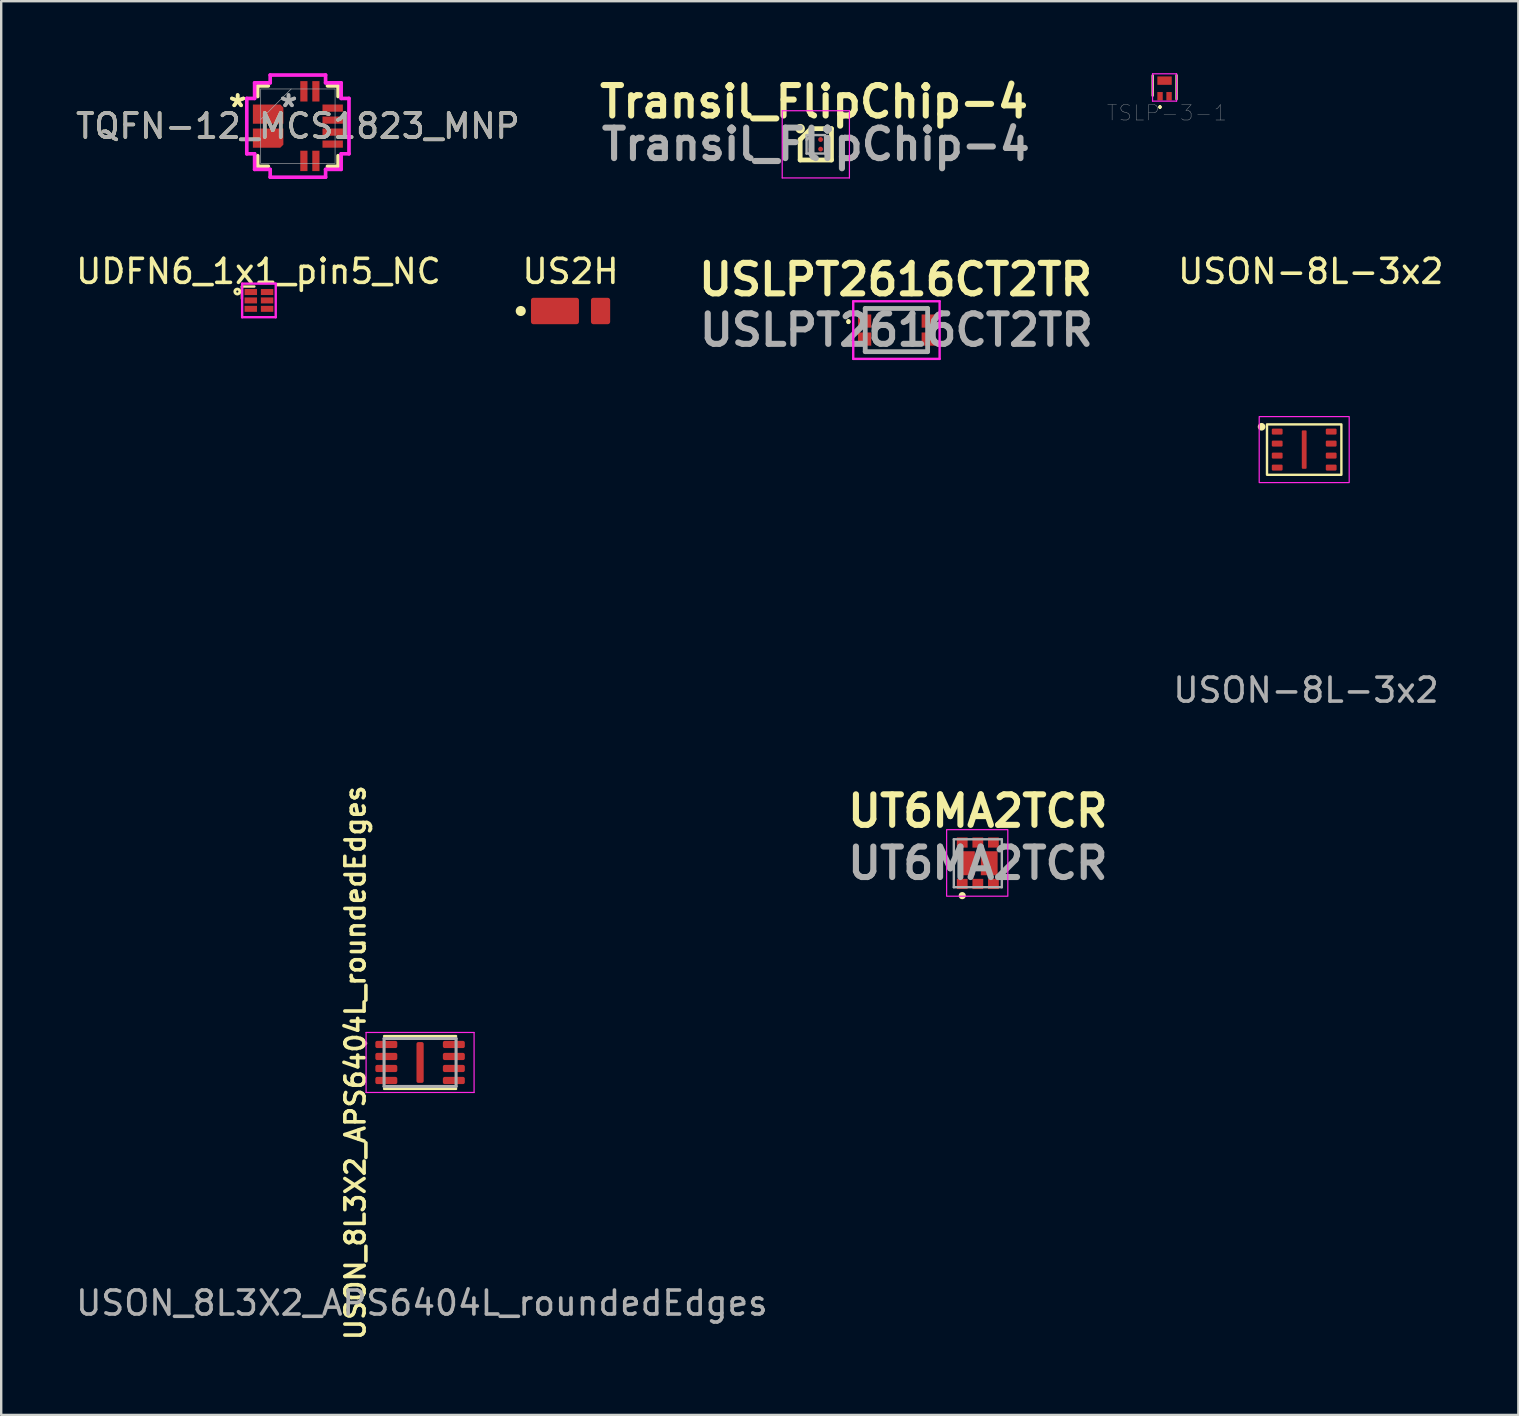
<source format=kicad_pcb>
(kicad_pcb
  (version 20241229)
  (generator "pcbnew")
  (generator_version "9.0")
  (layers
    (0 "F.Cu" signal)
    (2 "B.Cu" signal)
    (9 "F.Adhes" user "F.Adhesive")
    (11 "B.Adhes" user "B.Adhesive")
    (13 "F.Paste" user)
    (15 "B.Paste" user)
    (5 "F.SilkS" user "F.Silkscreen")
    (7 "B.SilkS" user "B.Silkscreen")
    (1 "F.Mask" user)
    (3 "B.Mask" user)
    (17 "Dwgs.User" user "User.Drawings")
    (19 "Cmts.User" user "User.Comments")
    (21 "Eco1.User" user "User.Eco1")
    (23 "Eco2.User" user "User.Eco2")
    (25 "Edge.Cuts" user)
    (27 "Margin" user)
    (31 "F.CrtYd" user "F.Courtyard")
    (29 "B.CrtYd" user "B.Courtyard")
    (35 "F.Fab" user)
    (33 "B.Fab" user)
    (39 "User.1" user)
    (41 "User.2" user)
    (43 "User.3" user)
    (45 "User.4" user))
  (footprint "USLPT2616CT2TR"
    (layer "F.Cu")
    (at 34.304 10.704)
    (property "Reference" "USLPT2616CT2TR" (at -0.035 -2.105 0) (layer "F.SilkS") (effects (font (size 1.27 1.27) (thickness 0.254))))
    (attr smd)
    (fp_line (start -2 -0.4) (end -2 -0.4) (stroke (width 0.1) (type solid)) (layer "F.SilkS"))
    (fp_line (start -2 -0.3) (end -2 -0.3) (stroke (width 0.1) (type solid)) (layer "F.SilkS"))
    (fp_line (start -1.325 -0.9) (end 1.3 -0.9) (stroke (width 0.1) (type solid)) (layer "F.SilkS"))
    (fp_line (start -1.325 0.9) (end 1.3 0.9) (stroke (width 0.1) (type solid)) (layer "F.SilkS"))
    (fp_arc (start -2 -0.4) (mid -1.95 -0.35) (end -2 -0.3) (stroke (width 0.1) (type solid)) (layer "F.SilkS"))
    (fp_arc (start -2 -0.3) (mid -2.05 -0.35) (end -2 -0.4) (stroke (width 0.1) (type solid)) (layer "F.SilkS"))
    (fp_line (start -1.8 -1.2) (end 1.8 -1.2) (stroke (width 0.1) (type solid)) (layer "F.CrtYd"))
    (fp_line (start -1.8 1.2) (end -1.8 -1.2) (stroke (width 0.1) (type solid)) (layer "F.CrtYd"))
    (fp_line (start 1.8 -1.2) (end 1.8 1.2) (stroke (width 0.1) (type solid)) (layer "F.CrtYd"))
    (fp_line (start 1.8 1.2) (end -1.8 1.2) (stroke (width 0.1) (type solid)) (layer "F.CrtYd"))
    (fp_line (start -1.3 -0.9) (end 1.3 -0.9) (stroke (width 0.2) (type solid)) (layer "F.Fab"))
    (fp_line (start -1.3 0.9) (end -1.3 -0.9) (stroke (width 0.2) (type solid)) (layer "F.Fab"))
    (fp_line (start 1.3 -0.9) (end 1.3 0.9) (stroke (width 0.2) (type solid)) (layer "F.Fab"))
    (fp_line (start 1.3 0.9) (end -1.3 0.9) (stroke (width 0.2) (type solid)) (layer "F.Fab"))
    (fp_text user "${REFERENCE}" (at 0 0 0) (layer "F.Fab") (effects (font (size 1.27 1.27) (thickness 0.254))))
    (pad "1" smd rect (at -1.325 -0.375 90) (size 0.55 0.55) (layers "F.Cu" "F.Mask" "F.Paste"))
    (pad "2" smd rect (at 1.325 -0.375 90) (size 0.55 0.55) (layers "F.Cu" "F.Mask" "F.Paste"))
    (pad "3" smd rect (at -1.325 0.375 90) (size 0.55 0.55) (layers "F.Cu" "F.Mask" "F.Paste"))
    (pad "4" smd rect (at 1.325 0.375 90) (size 0.55 0.55) (layers "F.Cu" "F.Mask" "F.Paste")))
  (footprint "UDFN6_1x1_pin5_NC"
    (layer "F.Cu")
    (at 7.74 9.469)
    (property "Reference" "UDFN6_1x1_pin5_NC" (at -0.02 -1.21 0) (layer "F.SilkS") (effects (font (size 1 1) (thickness 0.15))))
    (attr through_hole)
    (fp_line (start -0.71 -0.58) (end -0.71 -0.08) (stroke (width 0.1) (type solid)) (layer "F.SilkS"))
    (fp_line (start -0.71 -0.58) (end -0.19 -0.58) (stroke (width 0.1) (type solid)) (layer "F.SilkS"))
    (fp_circle (center -0.9 -0.37) (end -0.86 -0.35) (stroke (width 0.12) (type solid)) (fill no) (layer "F.SilkS"))
    (fp_line (start -0.7 -0.7) (end 0.7 -0.7) (stroke (width 0.1) (type solid)) (layer "F.CrtYd"))
    (fp_line (start -0.7 0.7) (end -0.7 -0.7) (stroke (width 0.1) (type solid)) (layer "F.CrtYd"))
    (fp_line (start 0.7 -0.7) (end 0.7 0.7) (stroke (width 0.1) (type solid)) (layer "F.CrtYd"))
    (fp_line (start 0.7 0.7) (end -0.7 0.7) (stroke (width 0.1) (type solid)) (layer "F.CrtYd"))
    (pad "" smd rect (at 0.34 0 90) (size 0.25 0.52) (layers "F.Cu" "F.Mask" "F.Paste"))
    (pad "1" smd rect (at -0.34 -0.35 90) (size 0.25 0.52) (layers "F.Cu" "F.Mask" "F.Paste"))
    (pad "2" smd rect (at -0.34 0 90) (size 0.25 0.52) (layers "F.Cu" "F.Mask" "F.Paste"))
    (pad "3" smd rect (at -0.34 0.35 90) (size 0.25 0.52) (layers "F.Cu" "F.Mask" "F.Paste"))
    (pad "4" smd rect (at 0.34 0.35 90) (size 0.25 0.52) (layers "F.Cu" "F.Mask" "F.Paste"))
    (pad "5" smd rect (at 0.34 -0.35 90) (size 0.25 0.52) (layers "F.Cu" "F.Mask" "F.Paste")))
  (footprint "TQFN-12_MCS1823_MNP"
    (layer "F.Cu")
    (at 9.363 2.205)
    (property "Reference" "TQFN-12_MCS1823_MNP" (at 0 0 0) (unlocked yes) (layer "F.SilkS") (effects (font (size 1 1) (thickness 0.15))))
    (attr smd)
    (fp_poly (pts (xy -1.875 -0.9) (xy -1.875 -0.1) (xy -0.605 -0.1) (xy -0.605 -0.773) (xy -0.732 -0.9)) (stroke (width 0) (type solid)) (fill yes) (layer "F.Cu"))
    (fp_poly (pts (xy -1.875 0.1) (xy -1.875 0.9) (xy -0.732 0.9) (xy -0.605 0.773) (xy -0.605 0.1)) (stroke (width 0) (type solid)) (fill yes) (layer "F.Cu"))
    (fp_poly (pts (xy -1.875 -0.9) (xy -1.875 -0.1) (xy -0.605 -0.1) (xy -0.605 -0.773) (xy -0.732 -0.9)) (stroke (width 0) (type solid)) (fill yes) (layer "F.Mask"))
    (fp_poly (pts (xy -1.875 0.1) (xy -1.875 0.9) (xy -0.732 0.9) (xy -0.605 0.773) (xy -0.605 0.1)) (stroke (width 0) (type solid)) (fill yes) (layer "F.Mask"))
    (fp_line (start -1.676 -1.676) (end -1.676 -1.233) (stroke (width 0.152) (type solid)) (layer "F.SilkS"))
    (fp_line (start -1.676 1.233) (end -1.676 1.676) (stroke (width 0.152) (type solid)) (layer "F.SilkS"))
    (fp_line (start -1.676 1.676) (end -1.233 1.676) (stroke (width 0.152) (type solid)) (layer "F.SilkS"))
    (fp_line (start -1.233 -1.676) (end -1.676 -1.676) (stroke (width 0.152) (type solid)) (layer "F.SilkS"))
    (fp_line (start 1.233 1.676) (end 1.676 1.676) (stroke (width 0.152) (type solid)) (layer "F.SilkS"))
    (fp_line (start 1.676 -1.676) (end 1.233 -1.676) (stroke (width 0.152) (type solid)) (layer "F.SilkS"))
    (fp_line (start 1.676 -1.233) (end 1.676 -1.676) (stroke (width 0.152) (type solid)) (layer "F.SilkS"))
    (fp_line (start 1.676 1.676) (end 1.676 1.233) (stroke (width 0.152) (type solid)) (layer "F.SilkS"))
    (fp_poly (pts (xy -1.875 -0.9) (xy -1.875 -0.1) (xy -0.605 -0.1) (xy -0.605 -0.773) (xy -0.732 -0.9)) (stroke (width 0) (type solid)) (fill yes) (layer "F.Paste"))
    (fp_poly (pts (xy -1.875 0.1) (xy -1.875 0.9) (xy -0.732 0.9) (xy -0.605 0.773) (xy -0.605 0.1)) (stroke (width 0) (type solid)) (fill yes) (layer "F.Paste"))
    (fp_line (start -2.129 -1.154) (end -1.803 -1.154) (stroke (width 0.152) (type solid)) (layer "F.CrtYd"))
    (fp_line (start -2.129 1.154) (end -2.129 -1.154) (stroke (width 0.152) (type solid)) (layer "F.CrtYd"))
    (fp_line (start -1.803 -1.803) (end -1.154 -1.803) (stroke (width 0.152) (type solid)) (layer "F.CrtYd"))
    (fp_line (start -1.803 -1.154) (end -1.803 -1.803) (stroke (width 0.152) (type solid)) (layer "F.CrtYd"))
    (fp_line (start -1.803 1.154) (end -2.129 1.154) (stroke (width 0.152) (type solid)) (layer "F.CrtYd"))
    (fp_line (start -1.803 1.803) (end -1.803 1.154) (stroke (width 0.152) (type solid)) (layer "F.CrtYd"))
    (fp_line (start -1.154 -2.129) (end 1.154 -2.129) (stroke (width 0.152) (type solid)) (layer "F.CrtYd"))
    (fp_line (start -1.154 -1.803) (end -1.154 -2.129) (stroke (width 0.152) (type solid)) (layer "F.CrtYd"))
    (fp_line (start -1.154 1.803) (end -1.803 1.803) (stroke (width 0.152) (type solid)) (layer "F.CrtYd"))
    (fp_line (start -1.154 2.129) (end -1.154 1.803) (stroke (width 0.152) (type solid)) (layer "F.CrtYd"))
    (fp_line (start 1.154 -2.129) (end 1.154 -1.803) (stroke (width 0.152) (type solid)) (layer "F.CrtYd"))
    (fp_line (start 1.154 -1.803) (end 1.803 -1.803) (stroke (width 0.152) (type solid)) (layer "F.CrtYd"))
    (fp_line (start 1.154 1.803) (end 1.154 2.129) (stroke (width 0.152) (type solid)) (layer "F.CrtYd"))
    (fp_line (start 1.154 2.129) (end -1.154 2.129) (stroke (width 0.152) (type solid)) (layer "F.CrtYd"))
    (fp_line (start 1.803 -1.803) (end 1.803 -1.154) (stroke (width 0.152) (type solid)) (layer "F.CrtYd"))
    (fp_line (start 1.803 -1.154) (end 2.129 -1.154) (stroke (width 0.152) (type solid)) (layer "F.CrtYd"))
    (fp_line (start 1.803 1.154) (end 1.803 1.803) (stroke (width 0.152) (type solid)) (layer "F.CrtYd"))
    (fp_line (start 1.803 1.803) (end 1.154 1.803) (stroke (width 0.152) (type solid)) (layer "F.CrtYd"))
    (fp_line (start 2.129 -1.154) (end 2.129 1.154) (stroke (width 0.152) (type solid)) (layer "F.CrtYd"))
    (fp_line (start 2.129 1.154) (end 1.803 1.154) (stroke (width 0.152) (type solid)) (layer "F.CrtYd"))
    (fp_line (start -1.549 -1.549) (end -1.549 1.549) (stroke (width 0.025) (type solid)) (layer "F.Fab"))
    (fp_line (start -1.549 -0.279) (end -0.279 -1.549) (stroke (width 0.025) (type solid)) (layer "F.Fab"))
    (fp_line (start -1.549 1.549) (end 1.549 1.549) (stroke (width 0.025) (type solid)) (layer "F.Fab"))
    (fp_line (start 1.549 -1.549) (end -1.549 -1.549) (stroke (width 0.025) (type solid)) (layer "F.Fab"))
    (fp_line (start 1.549 1.549) (end 1.549 -1.549) (stroke (width 0.025) (type solid)) (layer "F.Fab"))
    (fp_text user "*" (at -2.51 -0.75 0) (unlocked yes) (layer "F.SilkS") (effects (font (size 1 1) (thickness 0.15))))
    (fp_text user "*" (at -2.51 -0.75 0) (layer "F.SilkS") (effects (font (size 1 1) (thickness 0.15))))
    (fp_text user "${REFERENCE}" (at 0 0 0) (unlocked yes) (layer "F.Fab") (effects (font (size 1 1) (thickness 0.15))))
    (fp_text user "*" (at -0.39 -0.75 0) (unlocked yes) (layer "F.Fab") (effects (font (size 1 1) (thickness 0.15))))
    (fp_text user "*" (at -0.39 -0.75 0) (layer "F.Fab") (effects (font (size 1 1) (thickness 0.15))))
    (pad "1" smd rect (at -1.45 -0.75) (size 0.127 0.127) (layers "F.Cu" "F.Mask" "F.Paste"))
    (pad "2" smd rect (at -1.45 -0.25) (size 0.127 0.127) (layers "F.Cu" "F.Mask" "F.Paste"))
    (pad "3" smd rect (at -1.45 0.25) (size 0.127 0.127) (layers "F.Cu" "F.Mask" "F.Paste"))
    (pad "4" smd rect (at -1.45 0.75) (size 0.127 0.127) (layers "F.Cu" "F.Mask" "F.Paste"))
    (pad "5" smd rect (at 0.25 1.45 90) (size 0.85 0.3) (layers "F.Cu" "F.Mask" "F.Paste"))
    (pad "6" smd rect (at 0.75 1.45 90) (size 0.85 0.3) (layers "F.Cu" "F.Mask" "F.Paste"))
    (pad "7" smd rect (at 1.45 0.75) (size 0.85 0.3) (layers "F.Cu" "F.Mask" "F.Paste"))
    (pad "8" smd rect (at 1.45 0.25) (size 0.85 0.3) (layers "F.Cu" "F.Mask" "F.Paste"))
    (pad "9" smd rect (at 1.45 -0.25) (size 0.85 0.3) (layers "F.Cu" "F.Mask" "F.Paste"))
    (pad "10" smd rect (at 1.45 -0.75) (size 0.85 0.3) (layers "F.Cu" "F.Mask" "F.Paste"))
    (pad "11" smd rect (at 0.75 -1.45 90) (size 0.85 0.3) (layers "F.Cu" "F.Mask" "F.Paste"))
    (pad "12" smd rect (at 0.25 -1.45 90) (size 0.85 0.3) (layers "F.Cu" "F.Mask" "F.Paste")))
  (footprint "TSLP-3-1"
    (layer "F.Cu")
    (at 45.477 0.63)
    (property "Reference" "TSLP-3-1" (at 0.1 1.025 180) (layer "F.Fab") (effects (font (size 0.64 0.64) (thickness 0.015))))
    (attr through_hole)
    (fp_line (start -0.495 -0.535) (end -0.495 0.305) (stroke (width 0.1) (type solid)) (layer "F.SilkS"))
    (fp_line (start 0.5 0.455) (end 0.5 -0.545) (stroke (width 0.1) (type solid)) (layer "F.SilkS"))
    (fp_line (start -0.5 -0.605) (end 0.5 -0.605) (stroke (width 0.05) (type solid)) (layer "F.CrtYd"))
    (fp_line (start -0.5 0.535) (end -0.5 -0.605) (stroke (width 0.05) (type solid)) (layer "F.CrtYd"))
    (fp_line (start 0.5 -0.605) (end 0.5 0.535) (stroke (width 0.05) (type solid)) (layer "F.CrtYd"))
    (fp_line (start 0.5 0.535) (end -0.5 0.535) (stroke (width 0.05) (type solid)) (layer "F.CrtYd"))
    (fp_text user "." (at -0.19 0.495 0) (layer "F.SilkS") (effects (font (size 0.7 0.5) (thickness 0.1))))
    (pad "1" smd rect (at -0.188 0.33) (size 0.225 0.35) (layers "F.Cu" "F.Mask" "F.Paste"))
    (pad "2" smd rect (at 0.188 0.33) (size 0.225 0.35) (layers "F.Cu" "F.Mask" "F.Paste"))
    (pad "3" smd rect (at 0 -0.32) (size 0.6 0.35) (layers "F.Cu" "F.Mask" "F.Paste")))
  (footprint "USON-8L-3x2"
    (layer "F.Cu")
    (at 51.296 15.684)
    (property "Reference" "USON-8L-3x2" (at 0.275 -7.425 0) (unlocked yes) (layer "F.SilkS") (effects (font (size 1 1) (thickness 0.15))))
    (attr smd)
    (fp_rect (start -1.55 -1.05) (end 1.55 1.05) (stroke (width 0.1) (type default)) (fill no) (layer "F.SilkS"))
    (fp_circle (center -1.775 -0.95) (end -1.675 -0.95) (stroke (width 0.12) (type solid)) (fill yes) (layer "F.SilkS"))
    (fp_rect (start -1.875 -1.375) (end 1.875 1.375) (stroke (width 0.05) (type default)) (fill no) (layer "F.CrtYd"))
    (fp_text user "${REFERENCE}" (at 0.075 10.025 0) (unlocked yes) (layer "F.Fab") (effects (font (size 1 1) (thickness 0.15))))
    (pad "1" smd roundrect (at -1.125 -0.75) (size 0.45 0.25) (layers "F.Cu" "F.Mask" "F.Paste") (roundrect_rratio 0.19))
    (pad "2" smd roundrect (at -1.125 -0.25) (size 0.45 0.25) (layers "F.Cu" "F.Mask" "F.Paste") (roundrect_rratio 0.19))
    (pad "3" smd roundrect (at -1.125 0.25) (size 0.45 0.25) (layers "F.Cu" "F.Mask" "F.Paste") (roundrect_rratio 0.19))
    (pad "4" smd roundrect (at -1.125 0.75) (size 0.45 0.25) (layers "F.Cu" "F.Mask" "F.Paste") (roundrect_rratio 0.19))
    (pad "5" smd roundrect (at 1.125 0.75) (size 0.45 0.25) (layers "F.Cu" "F.Mask" "F.Paste") (roundrect_rratio 0.19))
    (pad "6" smd roundrect (at 1.125 0.25) (size 0.45 0.25) (layers "F.Cu" "F.Mask" "F.Paste") (roundrect_rratio 0.19))
    (pad "7" smd roundrect (at 1.125 -0.25) (size 0.45 0.25) (layers "F.Cu" "F.Mask" "F.Paste") (roundrect_rratio 0.19))
    (pad "8" smd roundrect (at 1.125 -0.75) (size 0.45 0.25) (layers "F.Cu" "F.Mask" "F.Paste") (roundrect_rratio 0.19))
    (pad "9" smd roundrect (at 0 0) (size 0.2 1.6) (layers "F.Cu" "F.Mask" "F.Paste") (roundrect_rratio 0.19)))
  (footprint "USON_8L3X2_APS6404L_roundedEdges"
    (layer "F.Cu")
    (at 14.455 41.224)
    (property "Reference" "USON_8L3X2_APS6404L_roundedEdges" (at -2.697 0.01 270) (layer "F.SilkS") (effects (font (size 0.801 0.801) (thickness 0.15))))
    (attr smd)
    (fp_line (start -1.5 1.1) (end 1.5 1.1) (stroke (width 0.1) (type default)) (layer "F.SilkS"))
    (fp_line (start 1.5 -1.1) (end -1.5 -1.1) (stroke (width 0.1) (type default)) (layer "F.SilkS"))
    (fp_circle (center -2.3 -0.8) (end -2.25 -0.8) (stroke (width 0.1) (type solid)) (fill no) (layer "F.SilkS"))
    (fp_line (start -2.25 -1.25) (end 2.25 -1.25) (stroke (width 0.05) (type solid)) (layer "F.CrtYd"))
    (fp_line (start -2.25 1.25) (end -2.25 -1.25) (stroke (width 0.05) (type solid)) (layer "F.CrtYd"))
    (fp_line (start 2.25 -1.25) (end 2.25 1.25) (stroke (width 0.05) (type solid)) (layer "F.CrtYd"))
    (fp_line (start 2.25 1.25) (end -2.25 1.25) (stroke (width 0.05) (type solid)) (layer "F.CrtYd"))
    (fp_line (start -1.5 -1) (end 1.5 -1) (stroke (width 0.127) (type solid)) (layer "F.Fab"))
    (fp_line (start -1.5 1) (end -1.5 -1) (stroke (width 0.127) (type solid)) (layer "F.Fab"))
    (fp_line (start 1.5 -1) (end 1.5 1) (stroke (width 0.127) (type solid)) (layer "F.Fab"))
    (fp_line (start 1.5 1) (end -1.5 1) (stroke (width 0.127) (type solid)) (layer "F.Fab"))
    (fp_text user "${REFERENCE}" (at 0.075 10.025 0) (unlocked yes) (layer "F.Fab") (effects (font (size 1 1) (thickness 0.15))))
    (pad "1" smd roundrect (at -1.407 -0.75) (size 0.915 0.3) (layers "F.Cu" "F.Mask" "F.Paste") (roundrect_rratio 0.25))
    (pad "2" smd roundrect (at -1.407 -0.25) (size 0.915 0.3) (layers "F.Cu" "F.Mask" "F.Paste") (roundrect_rratio 0.25))
    (pad "3" smd roundrect (at -1.407 0.25) (size 0.915 0.3) (layers "F.Cu" "F.Mask" "F.Paste") (roundrect_rratio 0.25))
    (pad "4" smd roundrect (at -1.407 0.75) (size 0.915 0.3) (layers "F.Cu" "F.Mask" "F.Paste") (roundrect_rratio 0.25))
    (pad "5" smd roundrect (at 1.407 0.75) (size 0.915 0.3) (layers "F.Cu" "F.Mask" "F.Paste") (roundrect_rratio 0.25))
    (pad "6" smd roundrect (at 1.407 0.25) (size 0.915 0.3) (layers "F.Cu" "F.Mask" "F.Paste") (roundrect_rratio 0.25))
    (pad "7" smd roundrect (at 1.407 -0.25) (size 0.915 0.3) (layers "F.Cu" "F.Mask" "F.Paste") (roundrect_rratio 0.25))
    (pad "8" smd roundrect (at 1.407 -0.75) (size 0.915 0.3) (layers "F.Cu" "F.Mask" "F.Paste") (roundrect_rratio 0.25))
    (pad "9" smd roundrect (at 0 0) (size 0.3 1.7) (layers "F.Cu" "F.Mask" "F.Paste") (roundrect_rratio 0.25)))
  (footprint "UT6MA2TCR"
    (layer "F.Cu")
    (at 37.696 32.921)
    (property "Reference" "UT6MA2TCR" (at 0 -2.175 0) (layer "F.SilkS") (effects (font (size 1.27 1.27) (thickness 0.254))))
    (attr smd)
    (fp_circle (center -0.65 1.35) (end -0.56 1.35) (stroke (width 0.12) (type solid)) (fill yes) (layer "F.SilkS"))
    (fp_rect (start -1.3 -1.4) (end 1.25 1.375) (stroke (width 0.05) (type default)) (fill no) (layer "F.CrtYd"))
    (fp_line (start -1 -1) (end 1 -1) (stroke (width 0.1) (type solid)) (layer "F.Fab"))
    (fp_line (start -1 1) (end -1 -1) (stroke (width 0.1) (type solid)) (layer "F.Fab"))
    (fp_line (start 1 -1) (end 1 1) (stroke (width 0.1) (type solid)) (layer "F.Fab"))
    (fp_line (start 1 1) (end -1 1) (stroke (width 0.1) (type solid)) (layer "F.Fab"))
    (fp_text user "${REFERENCE}" (at 0 0 0) (layer "F.Fab") (effects (font (size 1.27 1.27) (thickness 0.254))))
    (pad "1" smd rect (at -0.65 0.863 90) (size 0.425 0.45) (layers "F.Cu" "F.Mask" "F.Paste"))
    (pad "2" smd rect (at 0 0.863 90) (size 0.425 0.45) (layers "F.Cu" "F.Mask" "F.Paste"))
    (pad "3" smd rect (at 0.65 0.863 90) (size 0.425 0.45) (layers "F.Cu" "F.Mask" "F.Paste"))
    (pad "4" smd rect (at 0.65 -0.863 90) (size 0.425 0.45) (layers "F.Cu" "F.Mask" "F.Paste"))
    (pad "5" smd rect (at 0 -0.863 90) (size 0.425 0.45) (layers "F.Cu" "F.Mask" "F.Paste"))
    (pad "6" smd rect (at -0.65 -0.863 90) (size 0.425 0.45) (layers "F.Cu" "F.Mask" "F.Paste"))
    (pad "7" smd rect (at -0.475 0) (size 0.7 1) (layers "F.Cu" "F.Mask" "F.Paste"))
    (pad "8" smd rect (at 0.475 0) (size 0.7 1) (layers "F.Cu" "F.Mask" "F.Paste")))
  (footprint "US2H"
    (layer "F.Cu")
    (at 20.725 9.909)
    (property "Reference" "US2H" (at 0 -1.65 0) (unlocked yes) (layer "F.SilkS") (effects (font (size 1 1) (thickness 0.15))))
    (attr smd)
    (fp_circle (center -2.075 0) (end -1.925 0) (stroke (width 0.12) (type solid)) (fill yes) (layer "F.SilkS"))
    (pad "1" smd roundrect (at -0.65 0) (size 2 1.1) (layers "F.Cu" "F.Mask" "F.Paste") (roundrect_rratio 0.091))
    (pad "2" smd roundrect (at 1.25 0) (size 0.8 1.1) (layers "F.Cu" "F.Mask" "F.Paste") (roundrect_rratio 0.125)))
  (footprint "Transil_FlipChip-4"
    (layer "F.Cu")
    (at 30.945 2.964)
    (property "Reference" "Transil_FlipChip-4" (at -0.075 -1.775 0) (layer "F.SilkS") (effects (font (size 1.27 1.27) (thickness 0.254))))
    (attr smd)
    (fp_line (start -0.652 -0.2) (end -0.2 -0.652) (stroke (width 0.2) (type solid)) (layer "F.SilkS"))
    (fp_line (start -0.652 0.652) (end -0.652 -0.2) (stroke (width 0.2) (type solid)) (layer "F.SilkS"))
    (fp_line (start -0.2 -0.652) (end 0.652 -0.652) (stroke (width 0.2) (type solid)) (layer "F.SilkS"))
    (fp_line (start 0.652 -0.652) (end 0.652 0.652) (stroke (width 0.2) (type solid)) (layer "F.SilkS"))
    (fp_line (start 0.652 0.652) (end -0.652 0.652) (stroke (width 0.2) (type solid)) (layer "F.SilkS"))
    (fp_circle (center -0.652 -0.652) (end -0.652 -0.552) (stroke (width 0.2) (type solid)) (fill no) (layer "F.SilkS"))
    (fp_line (start -1.4 -1.4) (end 1.4 -1.4) (stroke (width 0.05) (type solid)) (layer "F.CrtYd"))
    (fp_line (start -1.4 1.4) (end -1.4 -1.4) (stroke (width 0.05) (type solid)) (layer "F.CrtYd"))
    (fp_line (start 1.4 -1.4) (end 1.4 1.4) (stroke (width 0.05) (type solid)) (layer "F.CrtYd"))
    (fp_line (start 1.4 1.4) (end -1.4 1.4) (stroke (width 0.05) (type solid)) (layer "F.CrtYd"))
    (fp_line (start -0.385 -0.385) (end 0.385 -0.385) (stroke (width 0.1) (type solid)) (layer "F.Fab"))
    (fp_line (start -0.385 -0.185) (end -0.185 -0.385) (stroke (width 0.1) (type solid)) (layer "F.Fab"))
    (fp_line (start -0.385 0.385) (end -0.385 -0.385) (stroke (width 0.1) (type solid)) (layer "F.Fab"))
    (fp_line (start 0.385 -0.385) (end 0.385 0.385) (stroke (width 0.1) (type solid)) (layer "F.Fab"))
    (fp_line (start 0.385 0.385) (end -0.385 0.385) (stroke (width 0.1) (type solid)) (layer "F.Fab"))
    (fp_text user "${REFERENCE}" (at 0 0 0) (layer "F.Fab") (effects (font (size 1.27 1.27) (thickness 0.254))))
    (pad "1" smd circle (at -0.2 -0.2 90) (size 0.204 0.204) (layers "F.Cu" "F.Mask" "F.Paste"))
    (pad "2" smd circle (at -0.2 0.2 90) (size 0.204 0.204) (layers "F.Cu" "F.Mask" "F.Paste"))
    (pad "3" smd circle (at 0.2 -0.2 90) (size 0.204 0.204) (layers "F.Cu" "F.Mask" "F.Paste"))
    (pad "3" smd circle (at 0.2 0.2 90) (size 0.204 0.204) (layers "F.Cu" "F.Mask" "F.Paste")))
  (gr_rect
    (start -3 -3)
    (end 60.22 55.911)
    (stroke (width 0.1) (type default))
    (fill no)
    (layer "Edge.Cuts")))
</source>
